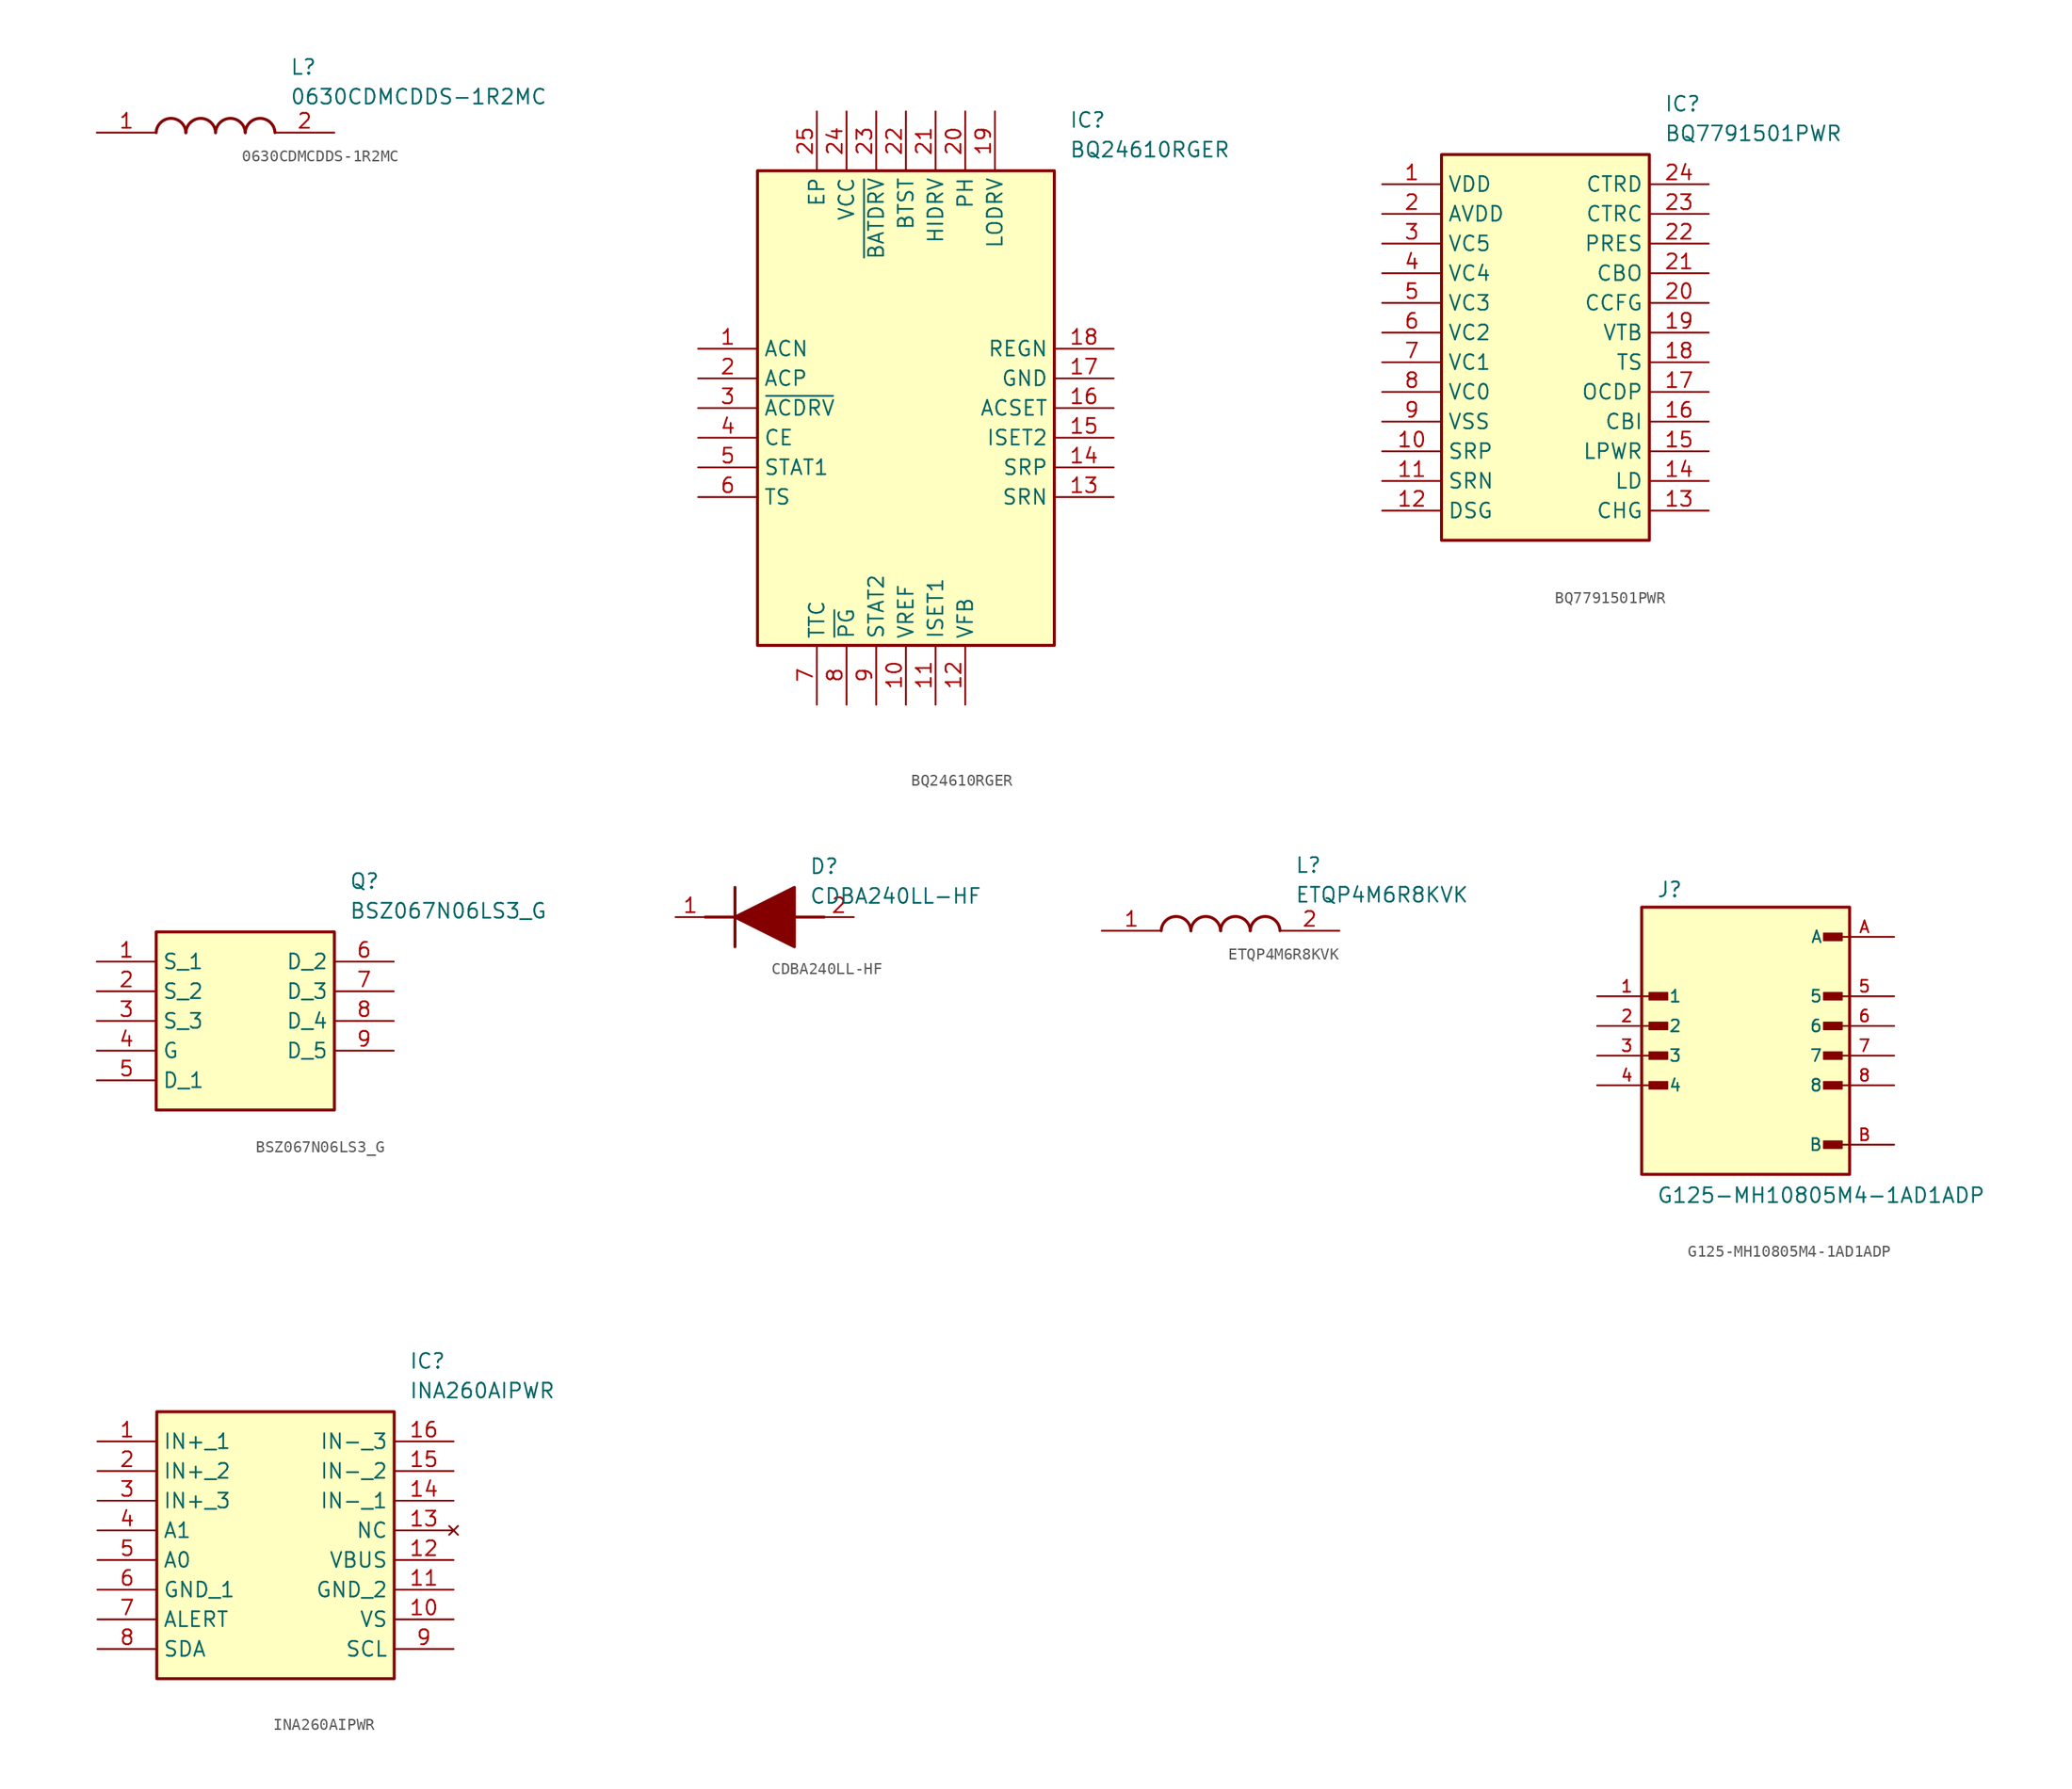
<source format=kicad_sym>
(kicad_symbol_lib
  (version 20241209)
  (generator "kicad_symbol_editor")
  (generator_version "9.0")
  (symbol "0630CDMCDDS-1R2MC"
    (pin_names
      (hide yes))
    (property "Reference" "L"
      (at 16.51 6.35 0)
      (effects (font (size 1.27 1.27)) (justify left top)))
    (property "Value" "0630CDMCDDS-1R2MC"
      (at 16.51 3.81 0)
      (effects (font (size 1.27 1.27)) (justify left top)))
    (symbol "0630CDMCDDS-1R2MC_1_1"
      (arc (start 5.08 0) (mid 6.35 1.219) (end 7.62 0) (stroke (width 0.254) (type default)) (fill (type none)))
      (arc (start 7.62 0) (mid 8.89 1.219) (end 10.16 0) (stroke (width 0.254) (type default)) (fill (type none)))
      (arc (start 10.16 0) (mid 11.43 1.219) (end 12.7 0) (stroke (width 0.254) (type default)) (fill (type none)))
      (arc (start 12.7 0) (mid 13.97 1.219) (end 15.24 0) (stroke (width 0.254) (type default)) (fill (type none)))
      (pin passive line (at 0 0 0) (length 5.08) (name "1" (effects (font (size 1.27 1.27)))) (number "1" (effects (font (size 1.27 1.27)))))
      (pin passive line (at 20.32 0 180) (length 5.08) (name "2" (effects (font (size 1.27 1.27)))) (number "2" (effects (font (size 1.27 1.27)))))))
  (symbol "BQ24610RGER"
    (property "Reference" "IC"
      (at 31.75 20.32 0)
      (effects (font (size 1.27 1.27)) (justify left top)))
    (property "Value" "BQ24610RGER"
      (at 31.75 17.78 0)
      (effects (font (size 1.27 1.27)) (justify left top)))
    (symbol "BQ24610RGER_1_1"
      (rectangle (start 5.08 15.24) (end 30.48 -25.4) (stroke (width 0.254) (type default)) (fill (type background)))
      (pin passive line (at 0 0 0) (length 5.08) (name "ACN" (effects (font (size 1.27 1.27)))) (number "1" (effects (font (size 1.27 1.27)))))
      (pin passive line (at 0 -2.54 0) (length 5.08) (name "ACP" (effects (font (size 1.27 1.27)))) (number "2" (effects (font (size 1.27 1.27)))))
      (pin passive line (at 0 -5.08 0) (length 5.08) (name "~{ACDRV}" (effects (font (size 1.27 1.27)))) (number "3" (effects (font (size 1.27 1.27)))))
      (pin passive line (at 0 -7.62 0) (length 5.08) (name "CE" (effects (font (size 1.27 1.27)))) (number "4" (effects (font (size 1.27 1.27)))))
      (pin passive line (at 0 -10.16 0) (length 5.08) (name "STAT1" (effects (font (size 1.27 1.27)))) (number "5" (effects (font (size 1.27 1.27)))))
      (pin passive line (at 0 -12.7 0) (length 5.08) (name "TS" (effects (font (size 1.27 1.27)))) (number "6" (effects (font (size 1.27 1.27)))))
      (pin passive line (at 10.16 20.32 270) (length 5.08) (name "EP" (effects (font (size 1.27 1.27)))) (number "25" (effects (font (size 1.27 1.27)))))
      (pin passive line (at 10.16 -30.48 90) (length 5.08) (name "TTC" (effects (font (size 1.27 1.27)))) (number "7" (effects (font (size 1.27 1.27)))))
      (pin passive line (at 12.7 20.32 270) (length 5.08) (name "VCC" (effects (font (size 1.27 1.27)))) (number "24" (effects (font (size 1.27 1.27)))))
      (pin passive line (at 12.7 -30.48 90) (length 5.08) (name "~{PG}" (effects (font (size 1.27 1.27)))) (number "8" (effects (font (size 1.27 1.27)))))
      (pin passive line (at 15.24 20.32 270) (length 5.08) (name "~{BATDRV}" (effects (font (size 1.27 1.27)))) (number "23" (effects (font (size 1.27 1.27)))))
      (pin passive line (at 15.24 -30.48 90) (length 5.08) (name "STAT2" (effects (font (size 1.27 1.27)))) (number "9" (effects (font (size 1.27 1.27)))))
      (pin passive line (at 17.78 20.32 270) (length 5.08) (name "BTST" (effects (font (size 1.27 1.27)))) (number "22" (effects (font (size 1.27 1.27)))))
      (pin passive line (at 17.78 -30.48 90) (length 5.08) (name "VREF" (effects (font (size 1.27 1.27)))) (number "10" (effects (font (size 1.27 1.27)))))
      (pin passive line (at 20.32 20.32 270) (length 5.08) (name "HIDRV" (effects (font (size 1.27 1.27)))) (number "21" (effects (font (size 1.27 1.27)))))
      (pin passive line (at 20.32 -30.48 90) (length 5.08) (name "ISET1" (effects (font (size 1.27 1.27)))) (number "11" (effects (font (size 1.27 1.27)))))
      (pin passive line (at 22.86 20.32 270) (length 5.08) (name "PH" (effects (font (size 1.27 1.27)))) (number "20" (effects (font (size 1.27 1.27)))))
      (pin passive line (at 22.86 -30.48 90) (length 5.08) (name "VFB" (effects (font (size 1.27 1.27)))) (number "12" (effects (font (size 1.27 1.27)))))
      (pin passive line (at 25.4 20.32 270) (length 5.08) (name "LODRV" (effects (font (size 1.27 1.27)))) (number "19" (effects (font (size 1.27 1.27)))))
      (pin passive line (at 35.56 0 180) (length 5.08) (name "REGN" (effects (font (size 1.27 1.27)))) (number "18" (effects (font (size 1.27 1.27)))))
      (pin passive line (at 35.56 -2.54 180) (length 5.08) (name "GND" (effects (font (size 1.27 1.27)))) (number "17" (effects (font (size 1.27 1.27)))))
      (pin passive line (at 35.56 -5.08 180) (length 5.08) (name "ACSET" (effects (font (size 1.27 1.27)))) (number "16" (effects (font (size 1.27 1.27)))))
      (pin passive line (at 35.56 -7.62 180) (length 5.08) (name "ISET2" (effects (font (size 1.27 1.27)))) (number "15" (effects (font (size 1.27 1.27)))))
      (pin passive line (at 35.56 -10.16 180) (length 5.08) (name "SRP" (effects (font (size 1.27 1.27)))) (number "14" (effects (font (size 1.27 1.27)))))
      (pin passive line (at 35.56 -12.7 180) (length 5.08) (name "SRN" (effects (font (size 1.27 1.27)))) (number "13" (effects (font (size 1.27 1.27)))))))
  (symbol "BQ7791501PWR"
    (property "Reference" "IC"
      (at 24.13 7.62 0)
      (effects (font (size 1.27 1.27)) (justify left top)))
    (property "Value" "BQ7791501PWR"
      (at 24.13 5.08 0)
      (effects (font (size 1.27 1.27)) (justify left top)))
    (symbol "BQ7791501PWR_1_1"
      (rectangle (start 5.08 2.54) (end 22.86 -30.48) (stroke (width 0.254) (type default)) (fill (type background)))
      (pin passive line (at 0 0 0) (length 5.08) (name "VDD" (effects (font (size 1.27 1.27)))) (number "1" (effects (font (size 1.27 1.27)))))
      (pin passive line (at 0 -2.54 0) (length 5.08) (name "AVDD" (effects (font (size 1.27 1.27)))) (number "2" (effects (font (size 1.27 1.27)))))
      (pin passive line (at 0 -5.08 0) (length 5.08) (name "VC5" (effects (font (size 1.27 1.27)))) (number "3" (effects (font (size 1.27 1.27)))))
      (pin passive line (at 0 -7.62 0) (length 5.08) (name "VC4" (effects (font (size 1.27 1.27)))) (number "4" (effects (font (size 1.27 1.27)))))
      (pin passive line (at 0 -10.16 0) (length 5.08) (name "VC3" (effects (font (size 1.27 1.27)))) (number "5" (effects (font (size 1.27 1.27)))))
      (pin passive line (at 0 -12.7 0) (length 5.08) (name "VC2" (effects (font (size 1.27 1.27)))) (number "6" (effects (font (size 1.27 1.27)))))
      (pin passive line (at 0 -15.24 0) (length 5.08) (name "VC1" (effects (font (size 1.27 1.27)))) (number "7" (effects (font (size 1.27 1.27)))))
      (pin passive line (at 0 -17.78 0) (length 5.08) (name "VC0" (effects (font (size 1.27 1.27)))) (number "8" (effects (font (size 1.27 1.27)))))
      (pin passive line (at 0 -20.32 0) (length 5.08) (name "VSS" (effects (font (size 1.27 1.27)))) (number "9" (effects (font (size 1.27 1.27)))))
      (pin passive line (at 0 -22.86 0) (length 5.08) (name "SRP" (effects (font (size 1.27 1.27)))) (number "10" (effects (font (size 1.27 1.27)))))
      (pin passive line (at 0 -25.4 0) (length 5.08) (name "SRN" (effects (font (size 1.27 1.27)))) (number "11" (effects (font (size 1.27 1.27)))))
      (pin passive line (at 0 -27.94 0) (length 5.08) (name "DSG" (effects (font (size 1.27 1.27)))) (number "12" (effects (font (size 1.27 1.27)))))
      (pin passive line (at 27.94 0 180) (length 5.08) (name "CTRD" (effects (font (size 1.27 1.27)))) (number "24" (effects (font (size 1.27 1.27)))))
      (pin passive line (at 27.94 -2.54 180) (length 5.08) (name "CTRC" (effects (font (size 1.27 1.27)))) (number "23" (effects (font (size 1.27 1.27)))))
      (pin passive line (at 27.94 -5.08 180) (length 5.08) (name "PRES" (effects (font (size 1.27 1.27)))) (number "22" (effects (font (size 1.27 1.27)))))
      (pin passive line (at 27.94 -7.62 180) (length 5.08) (name "CBO" (effects (font (size 1.27 1.27)))) (number "21" (effects (font (size 1.27 1.27)))))
      (pin passive line (at 27.94 -10.16 180) (length 5.08) (name "CCFG" (effects (font (size 1.27 1.27)))) (number "20" (effects (font (size 1.27 1.27)))))
      (pin passive line (at 27.94 -12.7 180) (length 5.08) (name "VTB" (effects (font (size 1.27 1.27)))) (number "19" (effects (font (size 1.27 1.27)))))
      (pin passive line (at 27.94 -15.24 180) (length 5.08) (name "TS" (effects (font (size 1.27 1.27)))) (number "18" (effects (font (size 1.27 1.27)))))
      (pin passive line (at 27.94 -17.78 180) (length 5.08) (name "OCDP" (effects (font (size 1.27 1.27)))) (number "17" (effects (font (size 1.27 1.27)))))
      (pin passive line (at 27.94 -20.32 180) (length 5.08) (name "CBI" (effects (font (size 1.27 1.27)))) (number "16" (effects (font (size 1.27 1.27)))))
      (pin passive line (at 27.94 -22.86 180) (length 5.08) (name "LPWR" (effects (font (size 1.27 1.27)))) (number "15" (effects (font (size 1.27 1.27)))))
      (pin passive line (at 27.94 -25.4 180) (length 5.08) (name "LD" (effects (font (size 1.27 1.27)))) (number "14" (effects (font (size 1.27 1.27)))))
      (pin passive line (at 27.94 -27.94 180) (length 5.08) (name "CHG" (effects (font (size 1.27 1.27)))) (number "13" (effects (font (size 1.27 1.27)))))))
  (symbol "BSZ067N06LS3_G"
    (property "Reference" "Q"
      (at 21.59 7.62 0)
      (effects (font (size 1.27 1.27)) (justify left top)))
    (property "Value" "BSZ067N06LS3_G"
      (at 21.59 5.08 0)
      (effects (font (size 1.27 1.27)) (justify left top)))
    (symbol "BSZ067N06LS3_G_1_1"
      (rectangle (start 5.08 2.54) (end 20.32 -12.7) (stroke (width 0.254) (type default)) (fill (type background)))
      (pin passive line (at 0 0 0) (length 5.08) (name "S_1" (effects (font (size 1.27 1.27)))) (number "1" (effects (font (size 1.27 1.27)))))
      (pin passive line (at 0 -2.54 0) (length 5.08) (name "S_2" (effects (font (size 1.27 1.27)))) (number "2" (effects (font (size 1.27 1.27)))))
      (pin passive line (at 0 -5.08 0) (length 5.08) (name "S_3" (effects (font (size 1.27 1.27)))) (number "3" (effects (font (size 1.27 1.27)))))
      (pin passive line (at 0 -7.62 0) (length 5.08) (name "G" (effects (font (size 1.27 1.27)))) (number "4" (effects (font (size 1.27 1.27)))))
      (pin passive line (at 0 -10.16 0) (length 5.08) (name "D_1" (effects (font (size 1.27 1.27)))) (number "5" (effects (font (size 1.27 1.27)))))
      (pin passive line (at 25.4 0 180) (length 5.08) (name "D_2" (effects (font (size 1.27 1.27)))) (number "6" (effects (font (size 1.27 1.27)))))
      (pin passive line (at 25.4 -2.54 180) (length 5.08) (name "D_3" (effects (font (size 1.27 1.27)))) (number "7" (effects (font (size 1.27 1.27)))))
      (pin passive line (at 25.4 -5.08 180) (length 5.08) (name "D_4" (effects (font (size 1.27 1.27)))) (number "8" (effects (font (size 1.27 1.27)))))
      (pin passive line (at 25.4 -7.62 180) (length 5.08) (name "D_5" (effects (font (size 1.27 1.27)))) (number "9" (effects (font (size 1.27 1.27)))))))
  (symbol "CDBA240LL-HF"
    (pin_names
      (hide yes))
    (property "Reference" "D"
      (at 11.43 5.08 0)
      (effects (font (size 1.27 1.27)) (justify left top)))
    (property "Value" "CDBA240LL-HF"
      (at 11.43 2.54 0)
      (effects (font (size 1.27 1.27)) (justify left top)))
    (symbol "CDBA240LL-HF_1_1"
      (polyline (pts (xy 2.54 0) (xy 5.08 0)) (stroke (width 0.254) (type default)) (fill (type none)))
      (polyline (pts (xy 5.08 2.54) (xy 5.08 -2.54)) (stroke (width 0.254) (type default)) (fill (type none)))
      (polyline (pts (xy 5.08 0) (xy 10.16 2.54) (xy 10.16 -2.54) (xy 5.08 0)) (stroke (width 0.254) (type default)) (fill (type outline)))
      (polyline (pts (xy 10.16 0) (xy 12.7 0)) (stroke (width 0.254) (type default)) (fill (type none)))
      (pin passive line (at 0 0 0) (length 2.54) (name "K" (effects (font (size 1.27 1.27)))) (number "1" (effects (font (size 1.27 1.27)))))
      (pin passive line (at 15.24 0 180) (length 2.54) (name "A" (effects (font (size 1.27 1.27)))) (number "2" (effects (font (size 1.27 1.27)))))))
  (symbol "ETQP4M6R8KVK"
    (pin_names
      (hide yes))
    (property "Reference" "L"
      (at 16.51 6.35 0)
      (effects (font (size 1.27 1.27)) (justify left top)))
    (property "Value" "ETQP4M6R8KVK"
      (at 16.51 3.81 0)
      (effects (font (size 1.27 1.27)) (justify left top)))
    (symbol "ETQP4M6R8KVK_1_1"
      (arc (start 5.08 0) (mid 6.35 1.219) (end 7.62 0) (stroke (width 0.254) (type default)) (fill (type none)))
      (arc (start 7.62 0) (mid 8.89 1.219) (end 10.16 0) (stroke (width 0.254) (type default)) (fill (type none)))
      (arc (start 10.16 0) (mid 11.43 1.219) (end 12.7 0) (stroke (width 0.254) (type default)) (fill (type none)))
      (arc (start 12.7 0) (mid 13.97 1.219) (end 15.24 0) (stroke (width 0.254) (type default)) (fill (type none)))
      (pin passive line (at 0 0 0) (length 5.08) (name "1" (effects (font (size 1.27 1.27)))) (number "1" (effects (font (size 1.27 1.27)))))
      (pin passive line (at 20.32 0 180) (length 5.08) (name "2" (effects (font (size 1.27 1.27)))) (number "2" (effects (font (size 1.27 1.27)))))))
  (symbol "G125-MH10805M4-1AD1ADP"
    (pin_names
      (offset 1.016))
    (property "Reference" "J"
      (at -7.62 13.462 0)
      (effects (font (size 1.27 1.27)) (justify left bottom)))
    (property "Value" "G125-MH10805M4-1AD1ADP"
      (at -7.62 -12.7 0)
      (effects (font (size 1.27 1.27)) (justify left bottom)))
    (symbol "G125-MH10805M4-1AD1ADP_0_0"
      (rectangle (start -8.89 -10.16) (end 8.89 12.7) (stroke (width 0.254) (type default)) (fill (type background)))
      (rectangle (start -8.255 4.763) (end -6.668 5.397) (stroke (width 0.1) (type default)) (fill (type outline)))
      (rectangle (start -8.255 2.223) (end -6.668 2.857) (stroke (width 0.1) (type default)) (fill (type outline)))
      (rectangle (start -8.255 -0.318) (end -6.668 0.318) (stroke (width 0.1) (type default)) (fill (type outline)))
      (rectangle (start -8.255 -2.857) (end -6.668 -2.223) (stroke (width 0.1) (type default)) (fill (type outline)))
      (rectangle (start 6.668 9.842) (end 8.255 10.477) (stroke (width 0.1) (type default)) (fill (type outline)))
      (rectangle (start 6.668 4.763) (end 8.255 5.397) (stroke (width 0.1) (type default)) (fill (type outline)))
      (rectangle (start 6.668 2.223) (end 8.255 2.857) (stroke (width 0.1) (type default)) (fill (type outline)))
      (rectangle (start 6.668 -0.318) (end 8.255 0.318) (stroke (width 0.1) (type default)) (fill (type outline)))
      (rectangle (start 6.668 -2.857) (end 8.255 -2.223) (stroke (width 0.1) (type default)) (fill (type outline)))
      (rectangle (start 6.668 -7.938) (end 8.255 -7.303) (stroke (width 0.1) (type default)) (fill (type outline)))
      (pin passive line (at -12.7 5.08 0) (length 5.08) (name "1" (effects (font (size 1.016 1.016)))) (number "1" (effects (font (size 1.016 1.016)))))
      (pin passive line (at -12.7 2.54 0) (length 5.08) (name "2" (effects (font (size 1.016 1.016)))) (number "2" (effects (font (size 1.016 1.016)))))
      (pin passive line (at -12.7 0 0) (length 5.08) (name "3" (effects (font (size 1.016 1.016)))) (number "3" (effects (font (size 1.016 1.016)))))
      (pin passive line (at -12.7 -2.54 0) (length 5.08) (name "4" (effects (font (size 1.016 1.016)))) (number "4" (effects (font (size 1.016 1.016)))))
      (pin power_in line (at 12.7 10.16 180) (length 5.08) (name "A" (effects (font (size 1.016 1.016)))) (number "A" (effects (font (size 1.016 1.016)))))
      (pin passive line (at 12.7 5.08 180) (length 5.08) (name "5" (effects (font (size 1.016 1.016)))) (number "5" (effects (font (size 1.016 1.016)))))
      (pin passive line (at 12.7 2.54 180) (length 5.08) (name "6" (effects (font (size 1.016 1.016)))) (number "6" (effects (font (size 1.016 1.016)))))
      (pin passive line (at 12.7 0 180) (length 5.08) (name "7" (effects (font (size 1.016 1.016)))) (number "7" (effects (font (size 1.016 1.016)))))
      (pin passive line (at 12.7 -2.54 180) (length 5.08) (name "8" (effects (font (size 1.016 1.016)))) (number "8" (effects (font (size 1.016 1.016)))))
      (pin power_in line (at 12.7 -7.62 180) (length 5.08) (name "B" (effects (font (size 1.016 1.016)))) (number "B" (effects (font (size 1.016 1.016)))))))
  (symbol "INA260AIPWR"
    (property "Reference" "IC"
      (at 26.67 7.62 0)
      (effects (font (size 1.27 1.27)) (justify left top)))
    (property "Value" "INA260AIPWR"
      (at 26.67 5.08 0)
      (effects (font (size 1.27 1.27)) (justify left top)))
    (symbol "INA260AIPWR_1_1"
      (rectangle (start 5.08 2.54) (end 25.4 -20.32) (stroke (width 0.254) (type default)) (fill (type background)))
      (pin passive line (at 0 0 0) (length 5.08) (name "IN+_1" (effects (font (size 1.27 1.27)))) (number "1" (effects (font (size 1.27 1.27)))))
      (pin passive line (at 0 -2.54 0) (length 5.08) (name "IN+_2" (effects (font (size 1.27 1.27)))) (number "2" (effects (font (size 1.27 1.27)))))
      (pin passive line (at 0 -5.08 0) (length 5.08) (name "IN+_3" (effects (font (size 1.27 1.27)))) (number "3" (effects (font (size 1.27 1.27)))))
      (pin passive line (at 0 -7.62 0) (length 5.08) (name "A1" (effects (font (size 1.27 1.27)))) (number "4" (effects (font (size 1.27 1.27)))))
      (pin passive line (at 0 -10.16 0) (length 5.08) (name "A0" (effects (font (size 1.27 1.27)))) (number "5" (effects (font (size 1.27 1.27)))))
      (pin passive line (at 0 -12.7 0) (length 5.08) (name "GND_1" (effects (font (size 1.27 1.27)))) (number "6" (effects (font (size 1.27 1.27)))))
      (pin passive line (at 0 -15.24 0) (length 5.08) (name "ALERT" (effects (font (size 1.27 1.27)))) (number "7" (effects (font (size 1.27 1.27)))))
      (pin passive line (at 0 -17.78 0) (length 5.08) (name "SDA" (effects (font (size 1.27 1.27)))) (number "8" (effects (font (size 1.27 1.27)))))
      (pin passive line (at 30.48 0 180) (length 5.08) (name "IN-_3" (effects (font (size 1.27 1.27)))) (number "16" (effects (font (size 1.27 1.27)))))
      (pin passive line (at 30.48 -2.54 180) (length 5.08) (name "IN-_2" (effects (font (size 1.27 1.27)))) (number "15" (effects (font (size 1.27 1.27)))))
      (pin passive line (at 30.48 -5.08 180) (length 5.08) (name "IN-_1" (effects (font (size 1.27 1.27)))) (number "14" (effects (font (size 1.27 1.27)))))
      (pin no_connect line (at 30.48 -7.62 180) (length 5.08) (name "NC" (effects (font (size 1.27 1.27)))) (number "13" (effects (font (size 1.27 1.27)))))
      (pin passive line (at 30.48 -10.16 180) (length 5.08) (name "VBUS" (effects (font (size 1.27 1.27)))) (number "12" (effects (font (size 1.27 1.27)))))
      (pin passive line (at 30.48 -12.7 180) (length 5.08) (name "GND_2" (effects (font (size 1.27 1.27)))) (number "11" (effects (font (size 1.27 1.27)))))
      (pin passive line (at 30.48 -15.24 180) (length 5.08) (name "VS" (effects (font (size 1.27 1.27)))) (number "10" (effects (font (size 1.27 1.27)))))
      (pin passive line (at 30.48 -17.78 180) (length 5.08) (name "SCL" (effects (font (size 1.27 1.27)))) (number "9" (effects (font (size 1.27 1.27))))))))
</source>
